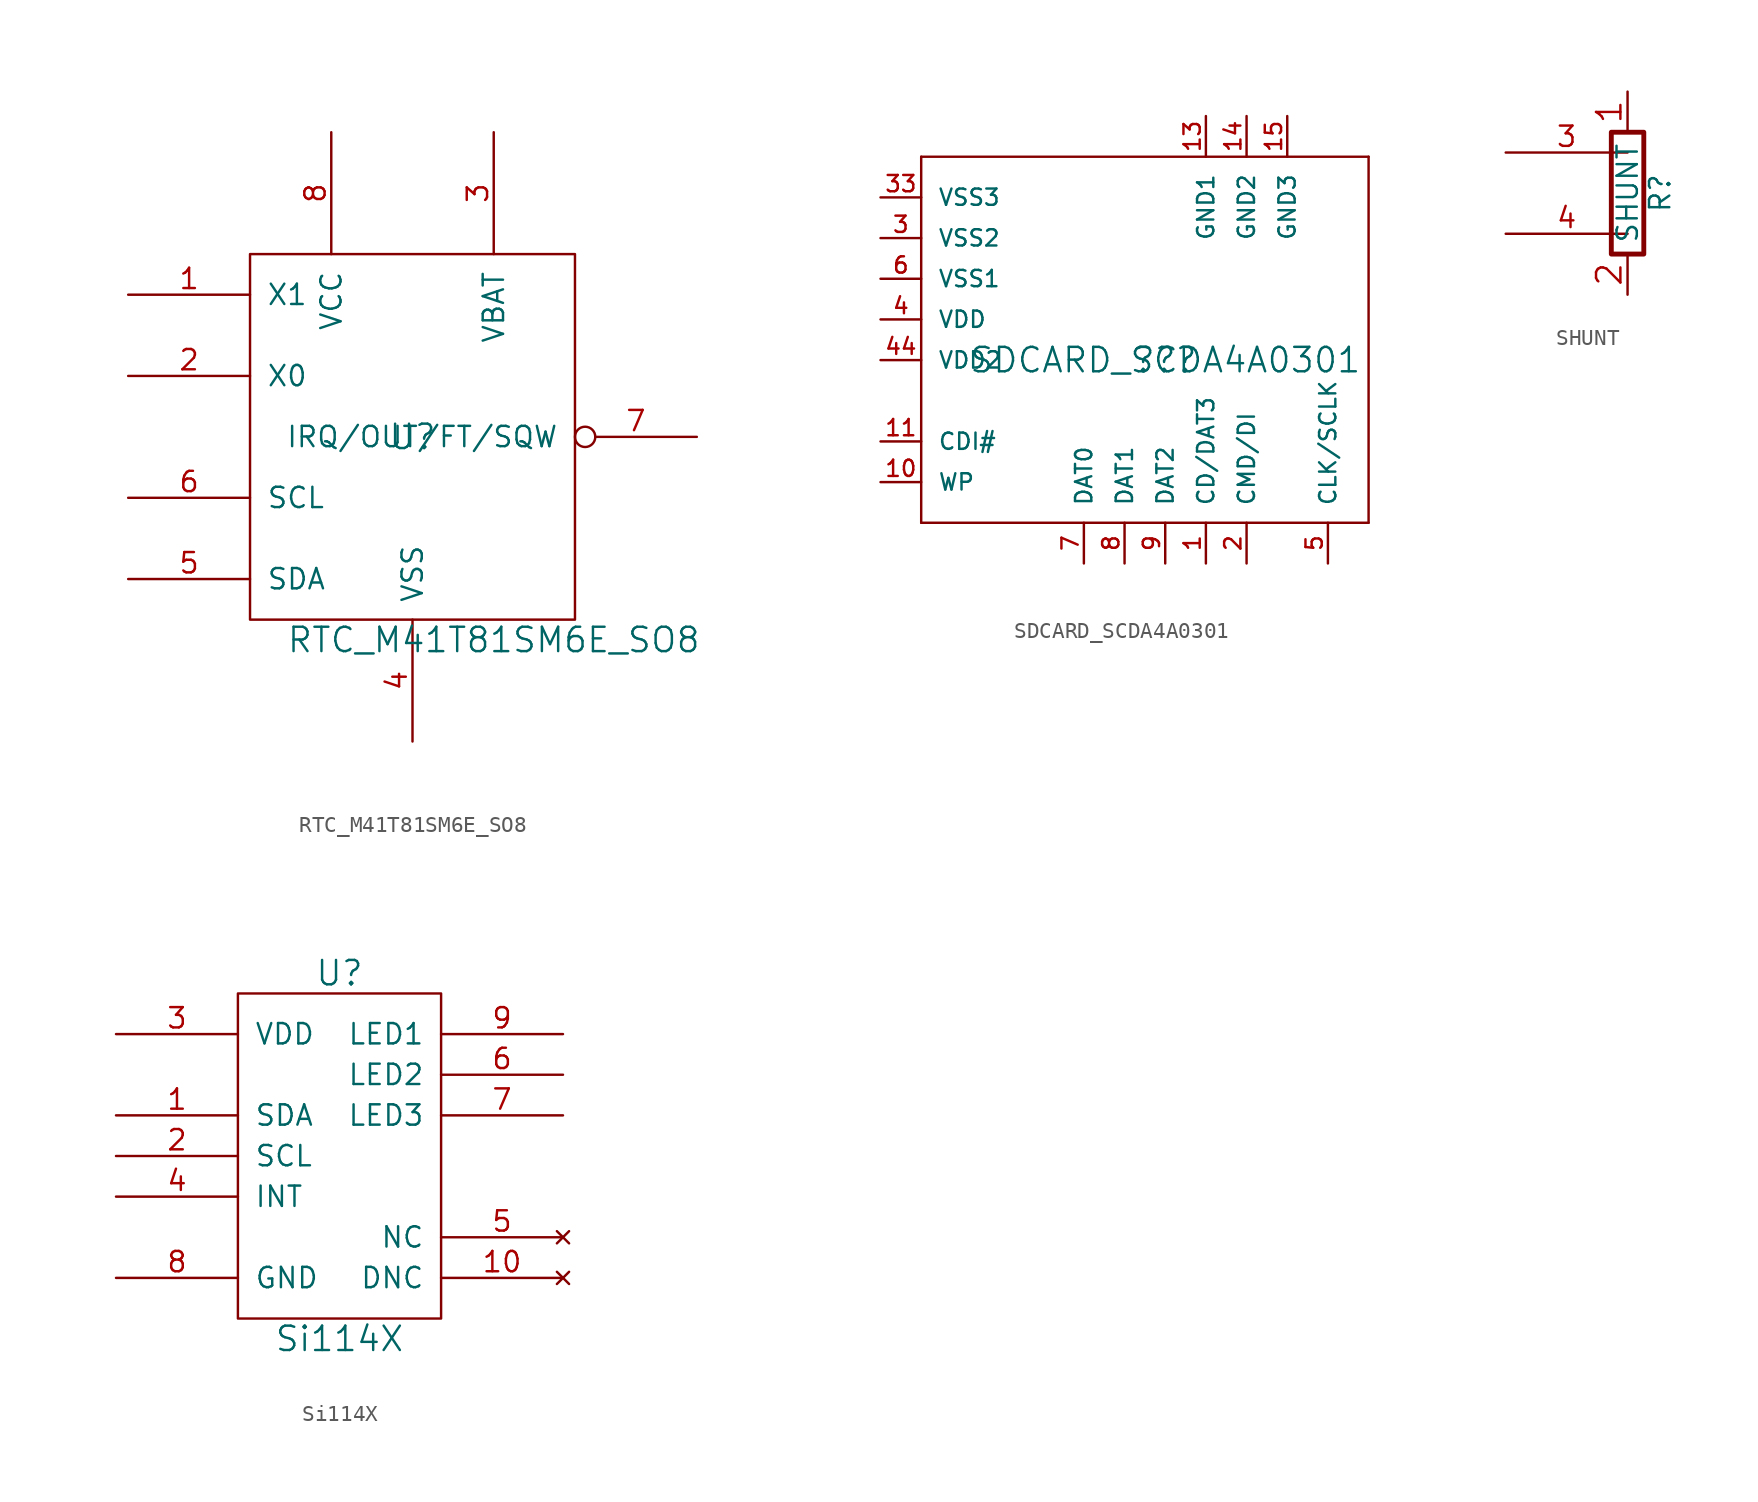
<source format=kicad_sym>
(kicad_symbol_lib
  (version 20211014)
  (generator kicad_symbol_editor)
  (symbol "RTC_M41T81SM6E_SO8"
    (pin_names
      (offset 1.016))
    (property "Reference" "U"
      (at 0 0 0)
      (effects (font (size 1.524 1.524))))
    (property "Value" "RTC_M41T81SM6E_SO8"
      (at 5.08 -12.7 0)
      (effects (font (size 1.524 1.524))))
    (property "Footprint" ""
      (at 0 0 0)
      (effects (font (size 1.524 1.524))))
    (property "Datasheet" ""
      (at 0 0 0)
      (effects (font (size 1.524 1.524))))
    (symbol "RTC_M41T81SM6E_SO8_0_1"
      (rectangle (start -10.16 11.43) (end 10.16 -11.43) (stroke (width 0) (type default) (color 0 0 0 0)) (fill (type none))))
    (symbol "RTC_M41T81SM6E_SO8_1_1"
      (pin input line (at -17.78 8.89 0) (length 7.62) (name "X1" (effects (font (size 1.27 1.27)))) (number "1" (effects (font (size 1.27 1.27)))))
      (pin input line (at -17.78 3.81 0) (length 7.62) (name "X0" (effects (font (size 1.27 1.27)))) (number "2" (effects (font (size 1.27 1.27)))))
      (pin input line (at 5.08 19.05 270) (length 7.62) (name "VBAT" (effects (font (size 1.27 1.27)))) (number "3" (effects (font (size 1.27 1.27)))))
      (pin input line (at 0 -19.05 90) (length 7.62) (name "VSS" (effects (font (size 1.27 1.27)))) (number "4" (effects (font (size 1.27 1.27)))))
      (pin input line (at -17.78 -8.89 0) (length 7.62) (name "SDA" (effects (font (size 1.27 1.27)))) (number "5" (effects (font (size 1.27 1.27)))))
      (pin input line (at -17.78 -3.81 0) (length 7.62) (name "SCL" (effects (font (size 1.27 1.27)))) (number "6" (effects (font (size 1.27 1.27)))))
      (pin input inverted (at 17.78 0 180) (length 7.62) (name "IRQ/OUT/FT/SQW" (effects (font (size 1.27 1.27)))) (number "7" (effects (font (size 1.27 1.27)))))
      (pin input line (at -5.08 19.05 270) (length 7.62) (name "VCC" (effects (font (size 1.27 1.27)))) (number "8" (effects (font (size 1.27 1.27)))))))
  (symbol "SDCARD_SCDA4A0301"
    (pin_names
      (offset 1.016))
    (property "Reference" "??"
      (at 0 0 0)
      (effects (font (size 1.524 1.524))))
    (property "Value" "SDCARD_SCDA4A0301"
      (at 0 0 0)
      (effects (font (size 1.524 1.524))))
    (property "Footprint" ""
      (at 0 0 0)
      (effects (font (size 1.524 1.524))))
    (property "Datasheet" ""
      (at 0 0 0)
      (effects (font (size 1.524 1.524))))
    (property "ki_locked" ""
      (at 0 0 0)
      (effects (font (size 1.27 1.27))))
    (symbol "SDCARD_SCDA4A0301_1_0"
      (polyline (pts (xy -15.24 -10.16) (xy 12.7 -10.16)) (stroke (width 0) (type default) (color 0 0 0 0)) (fill (type none)))
      (polyline (pts (xy -15.24 12.7) (xy -15.24 -10.16)) (stroke (width 0) (type default) (color 0 0 0 0)) (fill (type none)))
      (polyline (pts (xy 12.7 -10.16) (xy 12.7 12.7)) (stroke (width 0) (type default) (color 0 0 0 0)) (fill (type none)))
      (polyline (pts (xy 12.7 12.7) (xy -15.24 12.7)) (stroke (width 0) (type default) (color 0 0 0 0)) (fill (type none))))
    (symbol "SDCARD_SCDA4A0301_1_1"
      (pin bidirectional line (at 2.54 -12.7 90) (length 2.54) (name "CD/DAT3" (effects (font (size 1.016 1.016)))) (number "1" (effects (font (size 1.016 1.016)))))
      (pin output line (at -17.78 -7.62 0) (length 2.54) (name "WP" (effects (font (size 1.016 1.016)))) (number "10" (effects (font (size 1.016 1.016)))))
      (pin output line (at -17.78 -5.08 0) (length 2.54) (name "CDI#" (effects (font (size 1.016 1.016)))) (number "11" (effects (font (size 1.016 1.016)))))
      (pin power_in line (at 2.54 15.24 270) (length 2.54) (name "GND1" (effects (font (size 1.016 1.016)))) (number "13" (effects (font (size 1.016 1.016)))))
      (pin power_in line (at 5.08 15.24 270) (length 2.54) (name "GND2" (effects (font (size 1.016 1.016)))) (number "14" (effects (font (size 1.016 1.016)))))
      (pin power_in line (at 7.62 15.24 270) (length 2.54) (name "GND3" (effects (font (size 1.016 1.016)))) (number "15" (effects (font (size 1.016 1.016)))))
      (pin bidirectional line (at 5.08 -12.7 90) (length 2.54) (name "CMD/DI" (effects (font (size 1.016 1.016)))) (number "2" (effects (font (size 1.016 1.016)))))
      (pin power_in line (at -17.78 7.62 0) (length 2.54) (name "VSS2" (effects (font (size 1.016 1.016)))) (number "3" (effects (font (size 1.016 1.016)))))
      (pin bidirectional line (at -17.78 10.16 0) (length 2.54) (name "VSS3" (effects (font (size 1.016 1.016)))) (number "33" (effects (font (size 1.016 1.016)))))
      (pin power_in line (at -17.78 2.54 0) (length 2.54) (name "VDD" (effects (font (size 1.016 1.016)))) (number "4" (effects (font (size 1.016 1.016)))))
      (pin bidirectional line (at -17.78 0 0) (length 2.54) (name "VDD2" (effects (font (size 1.016 1.016)))) (number "44" (effects (font (size 1.016 1.016)))))
      (pin bidirectional line (at 10.16 -12.7 90) (length 2.54) (name "CLK/SCLK" (effects (font (size 1.016 1.016)))) (number "5" (effects (font (size 1.016 1.016)))))
      (pin power_in line (at -17.78 5.08 0) (length 2.54) (name "VSS1" (effects (font (size 1.016 1.016)))) (number "6" (effects (font (size 1.016 1.016)))))
      (pin bidirectional line (at -5.08 -12.7 90) (length 2.54) (name "DAT0" (effects (font (size 1.016 1.016)))) (number "7" (effects (font (size 1.016 1.016)))))
      (pin bidirectional line (at -2.54 -12.7 90) (length 2.54) (name "DAT1" (effects (font (size 1.016 1.016)))) (number "8" (effects (font (size 1.016 1.016)))))
      (pin bidirectional line (at 0 -12.7 90) (length 2.54) (name "DAT2" (effects (font (size 1.016 1.016)))) (number "9" (effects (font (size 1.016 1.016)))))))
  (symbol "SHUNT"
    (pin_names
      (offset 0))
    (property "Reference" "R"
      (at 2.032 0 90)
      (effects (font (size 1.27 1.27))))
    (property "Value" "SHUNT"
      (at 0 0 90)
      (effects (font (size 1.27 1.27))))
    (property "Footprint" ""
      (at 0 0 0)
      (effects (font (size 1.524 1.524))))
    (property "Datasheet" ""
      (at 0 0 0)
      (effects (font (size 1.524 1.524))))
    (symbol "SHUNT_0_1"
      (rectangle (start -1.016 3.81) (end 1.016 -3.81) (stroke (width 0.305) (type default) (color 0 0 0 0)) (fill (type none))))
    (symbol "SHUNT_1_1"
      (pin passive line (at 0 6.35 270) (length 2.54) (name "~" (effects (font (size 1.524 1.524)))) (number "1" (effects (font (size 1.524 1.524)))))
      (pin passive line (at 0 -6.35 90) (length 2.54) (name "~" (effects (font (size 1.524 1.524)))) (number "2" (effects (font (size 1.524 1.524)))))
      (pin input line (at -7.62 2.54 0) (length 7.62) (name "~" (effects (font (size 1.27 1.27)))) (number "3" (effects (font (size 1.27 1.27)))))
      (pin input line (at -7.62 -2.54 0) (length 7.62) (name "~" (effects (font (size 1.27 1.27)))) (number "4" (effects (font (size 1.27 1.27)))))))
  (symbol "Si114X"
    (pin_names
      (offset 1.016))
    (property "Reference" "U"
      (at 0 11.43 0)
      (effects (font (size 1.524 1.524))))
    (property "Value" "Si114X"
      (at 0 -11.43 0)
      (effects (font (size 1.524 1.524))))
    (property "Footprint" ""
      (at 0 0 0)
      (effects (font (size 1.524 1.524))))
    (property "Datasheet" ""
      (at 0 0 0)
      (effects (font (size 1.524 1.524))))
    (symbol "Si114X_0_1"
      (rectangle (start -6.35 10.16) (end 6.35 -10.16) (stroke (width 0) (type default) (color 0 0 0 0)) (fill (type none))))
    (symbol "Si114X_1_1"
      (pin bidirectional line (at -13.97 2.54 0) (length 7.62) (name "SDA" (effects (font (size 1.27 1.27)))) (number "1" (effects (font (size 1.27 1.27)))))
      (pin no_connect line (at 13.97 -7.62 180) (length 7.62) (name "DNC" (effects (font (size 1.27 1.27)))) (number "10" (effects (font (size 1.27 1.27)))))
      (pin bidirectional line (at -13.97 0 0) (length 7.62) (name "SCL" (effects (font (size 1.27 1.27)))) (number "2" (effects (font (size 1.27 1.27)))))
      (pin power_in line (at -13.97 7.62 0) (length 7.62) (name "VDD" (effects (font (size 1.27 1.27)))) (number "3" (effects (font (size 1.27 1.27)))))
      (pin output line (at -13.97 -2.54 0) (length 7.62) (name "INT" (effects (font (size 1.27 1.27)))) (number "4" (effects (font (size 1.27 1.27)))))
      (pin no_connect line (at 13.97 -5.08 180) (length 7.62) (name "NC" (effects (font (size 1.27 1.27)))) (number "5" (effects (font (size 1.27 1.27)))))
      (pin bidirectional line (at 13.97 5.08 180) (length 7.62) (name "LED2" (effects (font (size 1.27 1.27)))) (number "6" (effects (font (size 1.27 1.27)))))
      (pin bidirectional line (at 13.97 2.54 180) (length 7.62) (name "LED3" (effects (font (size 1.27 1.27)))) (number "7" (effects (font (size 1.27 1.27)))))
      (pin power_in line (at -13.97 -7.62 0) (length 7.62) (name "GND" (effects (font (size 1.27 1.27)))) (number "8" (effects (font (size 1.27 1.27)))))
      (pin output line (at 13.97 7.62 180) (length 7.62) (name "LED1" (effects (font (size 1.27 1.27)))) (number "9" (effects (font (size 1.27 1.27))))))))
</source>
